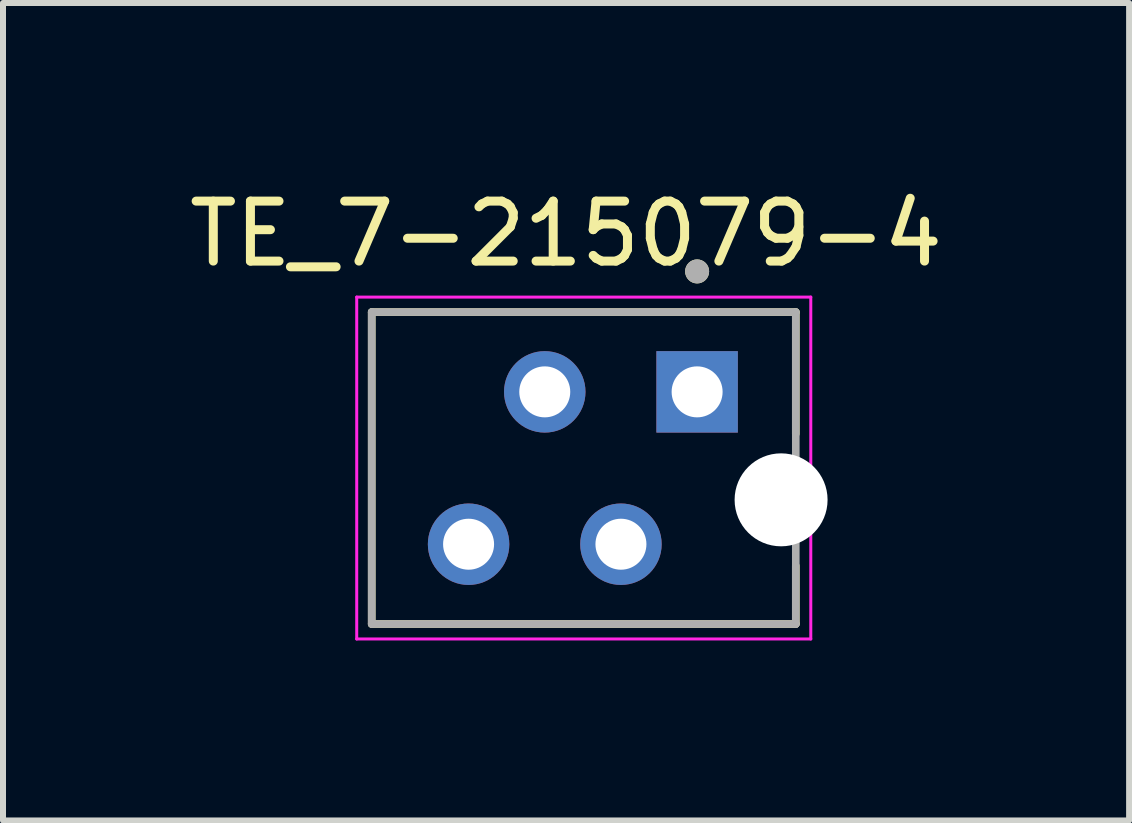
<source format=kicad_pcb>
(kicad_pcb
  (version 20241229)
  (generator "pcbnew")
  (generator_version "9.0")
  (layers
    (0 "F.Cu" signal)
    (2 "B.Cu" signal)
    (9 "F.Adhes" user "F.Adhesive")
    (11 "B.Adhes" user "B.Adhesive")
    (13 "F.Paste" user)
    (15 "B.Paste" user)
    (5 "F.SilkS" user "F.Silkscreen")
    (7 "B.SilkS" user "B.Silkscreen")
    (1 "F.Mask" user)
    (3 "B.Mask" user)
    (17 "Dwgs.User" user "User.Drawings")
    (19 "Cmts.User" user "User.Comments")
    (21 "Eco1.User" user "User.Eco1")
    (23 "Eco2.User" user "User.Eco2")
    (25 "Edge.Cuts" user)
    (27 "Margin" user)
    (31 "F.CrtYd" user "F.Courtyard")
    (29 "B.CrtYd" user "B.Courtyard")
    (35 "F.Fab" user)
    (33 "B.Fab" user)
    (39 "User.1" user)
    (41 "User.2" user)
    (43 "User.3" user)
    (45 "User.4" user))
  (footprint "TE_7-215079-4"
    (layer "F.Cu")
    (at 8.572 3.483)
    (property "Reference" "TE_7-215079-4" (at -2.185 -2.635 0) (layer "F.SilkS") (effects (font (size 1 1) (thickness 0.15))))
    (attr through_hole)
    (fp_line (start -5.425 -1.33) (end 1.645 -1.33) (stroke (width 0.127) (type solid)) (layer "F.SilkS"))
    (fp_line (start -5.425 3.87) (end -5.425 -1.33) (stroke (width 0.127) (type solid)) (layer "F.SilkS"))
    (fp_line (start 1.645 -1.33) (end 1.645 0.7) (stroke (width 0.127) (type solid)) (layer "F.SilkS"))
    (fp_line (start 1.645 2.9) (end 1.645 3.87) (stroke (width 0.127) (type solid)) (layer "F.SilkS"))
    (fp_line (start 1.645 3.87) (end -5.425 3.87) (stroke (width 0.127) (type solid)) (layer "F.SilkS"))
    (fp_circle (center 0 -2.008) (end 0.1 -2.008) (stroke (width 0.2) (type solid)) (fill no) (layer "F.SilkS"))
    (fp_line (start -5.675 -1.58) (end 1.895 -1.58) (stroke (width 0.05) (type solid)) (layer "F.CrtYd"))
    (fp_line (start -5.675 4.12) (end -5.675 -1.58) (stroke (width 0.05) (type solid)) (layer "F.CrtYd"))
    (fp_line (start 1.895 -1.58) (end 1.895 4.12) (stroke (width 0.05) (type solid)) (layer "F.CrtYd"))
    (fp_line (start 1.895 4.12) (end -5.675 4.12) (stroke (width 0.05) (type solid)) (layer "F.CrtYd"))
    (fp_line (start -5.425 -1.33) (end 1.645 -1.33) (stroke (width 0.127) (type solid)) (layer "F.Fab"))
    (fp_line (start -5.425 3.87) (end -5.425 -1.33) (stroke (width 0.127) (type solid)) (layer "F.Fab"))
    (fp_line (start 1.645 -1.33) (end 1.645 3.87) (stroke (width 0.127) (type solid)) (layer "F.Fab"))
    (fp_line (start 1.645 3.87) (end -5.425 3.87) (stroke (width 0.127) (type solid)) (layer "F.Fab"))
    (fp_circle (center 0 -2.008) (end 0.1 -2.008) (stroke (width 0.2) (type solid)) (fill no) (layer "F.Fab"))
    (pad "" np_thru_hole circle (at 1.4 1.8) (size 1.55 1.55) (drill 1.55) (layers "*.Cu" "*.Mask"))
    (pad "1" thru_hole rect (at 0 0) (size 1.358 1.358) (drill 0.85) (layers "*.Cu" "*.Mask"))
    (pad "2" thru_hole circle (at -1.27 2.54) (size 1.358 1.358) (drill 0.85) (layers "*.Cu" "*.Mask"))
    (pad "3" thru_hole circle (at -2.54 0) (size 1.358 1.358) (drill 0.85) (layers "*.Cu" "*.Mask"))
    (pad "4" thru_hole circle (at -3.81 2.54) (size 1.358 1.358) (drill 0.85) (layers "*.Cu" "*.Mask")))
  (gr_rect
    (start -3 -3)
    (end 15.774 10.628)
    (stroke (width 0.1) (type default))
    (fill no)
    (layer "Edge.Cuts")))
</source>
